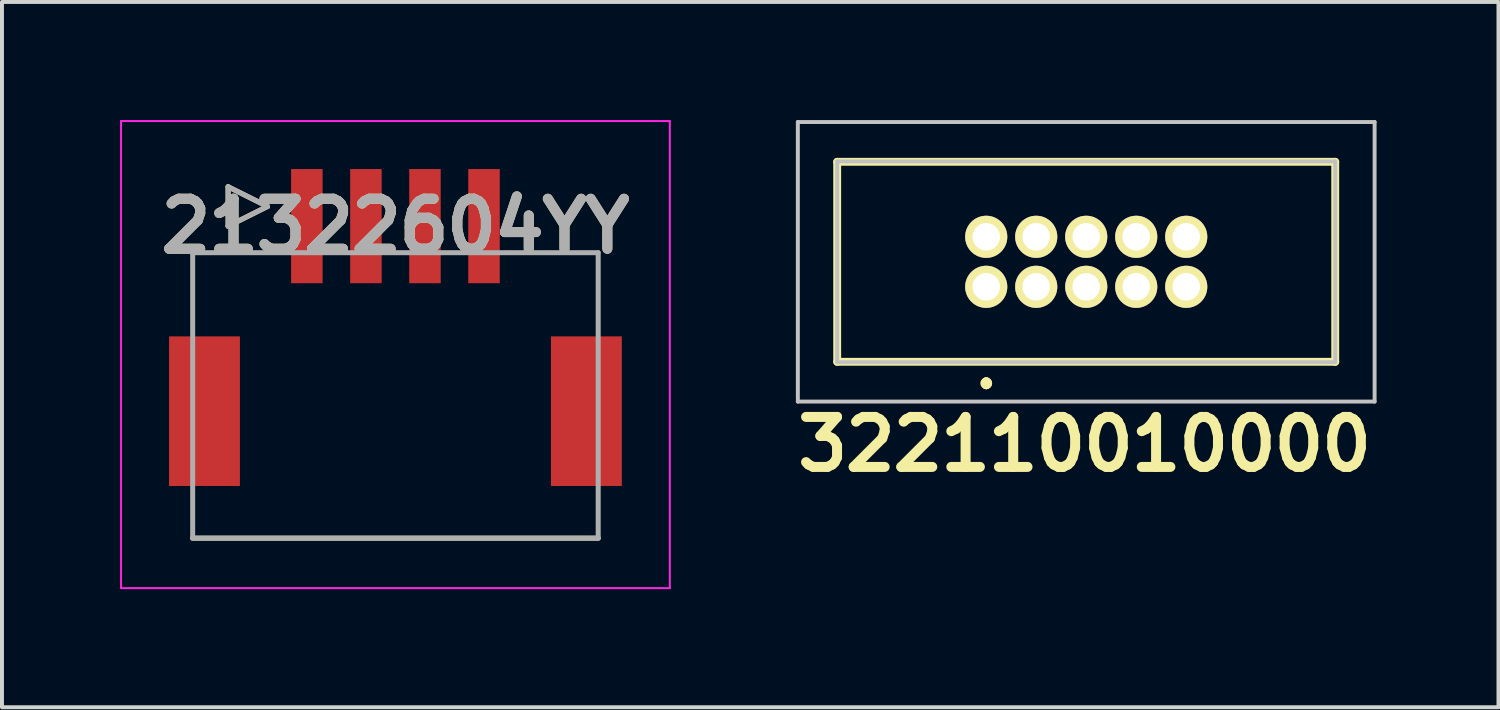
<source format=kicad_pcb>
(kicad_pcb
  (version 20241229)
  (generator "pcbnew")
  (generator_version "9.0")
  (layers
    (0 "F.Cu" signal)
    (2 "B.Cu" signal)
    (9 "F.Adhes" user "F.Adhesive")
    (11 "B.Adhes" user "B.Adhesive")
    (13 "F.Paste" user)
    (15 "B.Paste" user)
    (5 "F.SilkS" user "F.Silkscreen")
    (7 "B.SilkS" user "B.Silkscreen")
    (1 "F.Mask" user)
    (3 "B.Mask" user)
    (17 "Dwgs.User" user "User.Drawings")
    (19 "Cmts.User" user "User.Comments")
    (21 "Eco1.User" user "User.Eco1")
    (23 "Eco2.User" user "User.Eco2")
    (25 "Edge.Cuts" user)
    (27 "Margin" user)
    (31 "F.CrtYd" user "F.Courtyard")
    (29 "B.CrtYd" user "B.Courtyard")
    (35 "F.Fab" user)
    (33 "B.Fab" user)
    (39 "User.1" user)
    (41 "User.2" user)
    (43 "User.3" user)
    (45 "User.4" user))
  (footprint "322110010000"
    (layer "F.Cu")
    (at 22 4.235)
    (property "Reference" "322110010000" (at 2.5 4 0) (layer "F.SilkS") (effects (font (size 1.27 1.27) (thickness 0.254))))
    (attr through_hole exclude_from_pos_files)
    (fp_line (start -3.785 -3.175) (end 8.865 -3.175) (stroke (width 0.2) (type solid)) (layer "F.SilkS"))
    (fp_line (start -3.785 1.905) (end -3.785 -3.175) (stroke (width 0.2) (type solid)) (layer "F.SilkS"))
    (fp_line (start 0 2.4) (end 0 2.4) (stroke (width 0.2) (type solid)) (layer "F.SilkS"))
    (fp_line (start 0 2.5) (end 0 2.5) (stroke (width 0.2) (type solid)) (layer "F.SilkS"))
    (fp_line (start 0 2.5) (end 0 2.5) (stroke (width 0.2) (type solid)) (layer "F.SilkS"))
    (fp_line (start 8.865 -3.175) (end 8.865 1.905) (stroke (width 0.2) (type solid)) (layer "F.SilkS"))
    (fp_line (start 8.865 1.905) (end -3.785 1.905) (stroke (width 0.2) (type solid)) (layer "F.SilkS"))
    (fp_arc (start 0 2.4) (mid 0.05 2.45) (end 0 2.5) (stroke (width 0.2) (type solid)) (layer "F.SilkS"))
    (fp_arc (start 0 2.4) (mid 0.05 2.45) (end 0 2.5) (stroke (width 0.2) (type solid)) (layer "F.SilkS"))
    (fp_arc (start 0 2.5) (mid -0.05 2.45) (end 0 2.4) (stroke (width 0.2) (type solid)) (layer "F.SilkS"))
    (fp_line (start -4.785 -4.185) (end 9.865 -4.185) (stroke (width 0.1) (type solid)) (layer "Dwgs.User"))
    (fp_line (start -4.785 2.915) (end -4.785 -4.185) (stroke (width 0.1) (type solid)) (layer "Dwgs.User"))
    (fp_line (start -3.785 -3.185) (end -3.785 1.915) (stroke (width 0.1) (type solid)) (layer "Dwgs.User"))
    (fp_line (start -3.785 1.915) (end 8.865 1.915) (stroke (width 0.1) (type solid)) (layer "Dwgs.User"))
    (fp_line (start 8.865 -3.185) (end -3.785 -3.185) (stroke (width 0.1) (type solid)) (layer "Dwgs.User"))
    (fp_line (start 8.865 1.915) (end 8.865 -3.185) (stroke (width 0.1) (type solid)) (layer "Dwgs.User"))
    (fp_line (start 9.865 -4.185) (end 9.865 2.915) (stroke (width 0.1) (type solid)) (layer "Dwgs.User"))
    (fp_line (start 9.865 2.915) (end -4.785 2.915) (stroke (width 0.1) (type solid)) (layer "Dwgs.User"))
    (pad "1" thru_hole circle (at 0 0 90) (size 1.07 1.07) (drill 0.7) (layers "*.Cu" "*.Mask" "F.SilkS"))
    (pad "2" thru_hole circle (at 0 -1.27 90) (size 1.07 1.07) (drill 0.7) (layers "*.Cu" "*.Mask" "F.SilkS"))
    (pad "3" thru_hole circle (at 1.27 0 90) (size 1.07 1.07) (drill 0.7) (layers "*.Cu" "*.Mask" "F.SilkS"))
    (pad "4" thru_hole circle (at 1.27 -1.27 90) (size 1.07 1.07) (drill 0.7) (layers "*.Cu" "*.Mask" "F.SilkS"))
    (pad "5" thru_hole circle (at 2.54 0 90) (size 1.07 1.07) (drill 0.7) (layers "*.Cu" "*.Mask" "F.SilkS"))
    (pad "6" thru_hole circle (at 2.54 -1.27 90) (size 1.07 1.07) (drill 0.7) (layers "*.Cu" "*.Mask" "F.SilkS"))
    (pad "7" thru_hole circle (at 3.81 0 90) (size 1.07 1.07) (drill 0.7) (layers "*.Cu" "*.Mask" "F.SilkS"))
    (pad "8" thru_hole circle (at 3.81 -1.27 90) (size 1.07 1.07) (drill 0.7) (layers "*.Cu" "*.Mask" "F.SilkS"))
    (pad "9" thru_hole circle (at 5.08 0 90) (size 1.07 1.07) (drill 0.7) (layers "*.Cu" "*.Mask" "F.SilkS"))
    (pad "10" thru_hole circle (at 5.08 -1.27 90) (size 1.07 1.07) (drill 0.7) (layers "*.Cu" "*.Mask" "F.SilkS")))
  (footprint "21322604YY"
    (layer "F.Cu")
    (at 6.994 2.694)
    (property "Reference" "21322604YY" (at 0 0 0) (layer "F.SilkS") (effects (font (size 1.27 1.27) (thickness 0.254))))
    (attr smd)
    (fp_line (start -4.25 -1) (end -3.25 -0.5) (stroke (width 0.127) (type solid)) (layer "F.SilkS"))
    (fp_line (start -4.25 0) (end -4.25 -1) (stroke (width 0.127) (type solid)) (layer "F.SilkS"))
    (fp_line (start -3.25 -0.5) (end -4.25 0) (stroke (width 0.127) (type solid)) (layer "F.SilkS"))
    (fp_line (start 5.15 7.925) (end -5.15 7.925) (stroke (width 0.127) (type solid)) (layer "F.SilkS"))
    (fp_line (start -6.969 -2.669) (end 6.969 -2.669) (stroke (width 0.05) (type solid)) (layer "F.CrtYd"))
    (fp_line (start -6.969 9.195) (end -6.969 -2.669) (stroke (width 0.05) (type solid)) (layer "F.CrtYd"))
    (fp_line (start 6.969 -2.669) (end 6.969 9.195) (stroke (width 0.05) (type solid)) (layer "F.CrtYd"))
    (fp_line (start 6.969 9.195) (end -6.969 9.195) (stroke (width 0.05) (type solid)) (layer "F.CrtYd"))
    (fp_line (start -5.15 0.675) (end 5.15 0.675) (stroke (width 0.127) (type solid)) (layer "F.Fab"))
    (fp_line (start -5.15 7.925) (end -5.15 0.675) (stroke (width 0.127) (type solid)) (layer "F.Fab"))
    (fp_line (start -4.25 -1) (end -3.25 -0.5) (stroke (width 0.127) (type solid)) (layer "F.Fab"))
    (fp_line (start -4.25 0) (end -4.25 -1) (stroke (width 0.127) (type solid)) (layer "F.Fab"))
    (fp_line (start -3.25 -0.5) (end -4.25 0) (stroke (width 0.127) (type solid)) (layer "F.Fab"))
    (fp_line (start 5.15 0.675) (end 5.15 7.925) (stroke (width 0.127) (type solid)) (layer "F.Fab"))
    (fp_line (start 5.15 7.925) (end -5.15 7.925) (stroke (width 0.127) (type solid)) (layer "F.Fab"))
    (fp_text user "${REFERENCE}" (at 0 0 0) (layer "F.Fab") (effects (font (size 1.27 1.27) (thickness 0.254))))
    (pad "1" smd rect (at -2.25 0) (size 0.8 2.9) (layers "F.Cu" "F.Mask" "F.Paste"))
    (pad "2" smd rect (at -0.75 0) (size 0.8 2.9) (layers "F.Cu" "F.Mask" "F.Paste"))
    (pad "3" smd rect (at 0.75 0) (size 0.8 2.9) (layers "F.Cu" "F.Mask" "F.Paste"))
    (pad "4" smd rect (at 2.25 0) (size 0.8 2.9) (layers "F.Cu" "F.Mask" "F.Paste"))
    (pad "5" smd rect (at -4.85 4.7) (size 1.8 3.8) (layers "F.Cu" "F.Mask" "F.Paste"))
    (pad "6" smd rect (at 4.85 4.7) (size 1.8 3.8) (layers "F.Cu" "F.Mask" "F.Paste")))
  (gr_rect
    (start -3 -3)
    (end 35.011 14.914)
    (stroke (width 0.1) (type default))
    (fill no)
    (layer "Edge.Cuts")))
</source>
